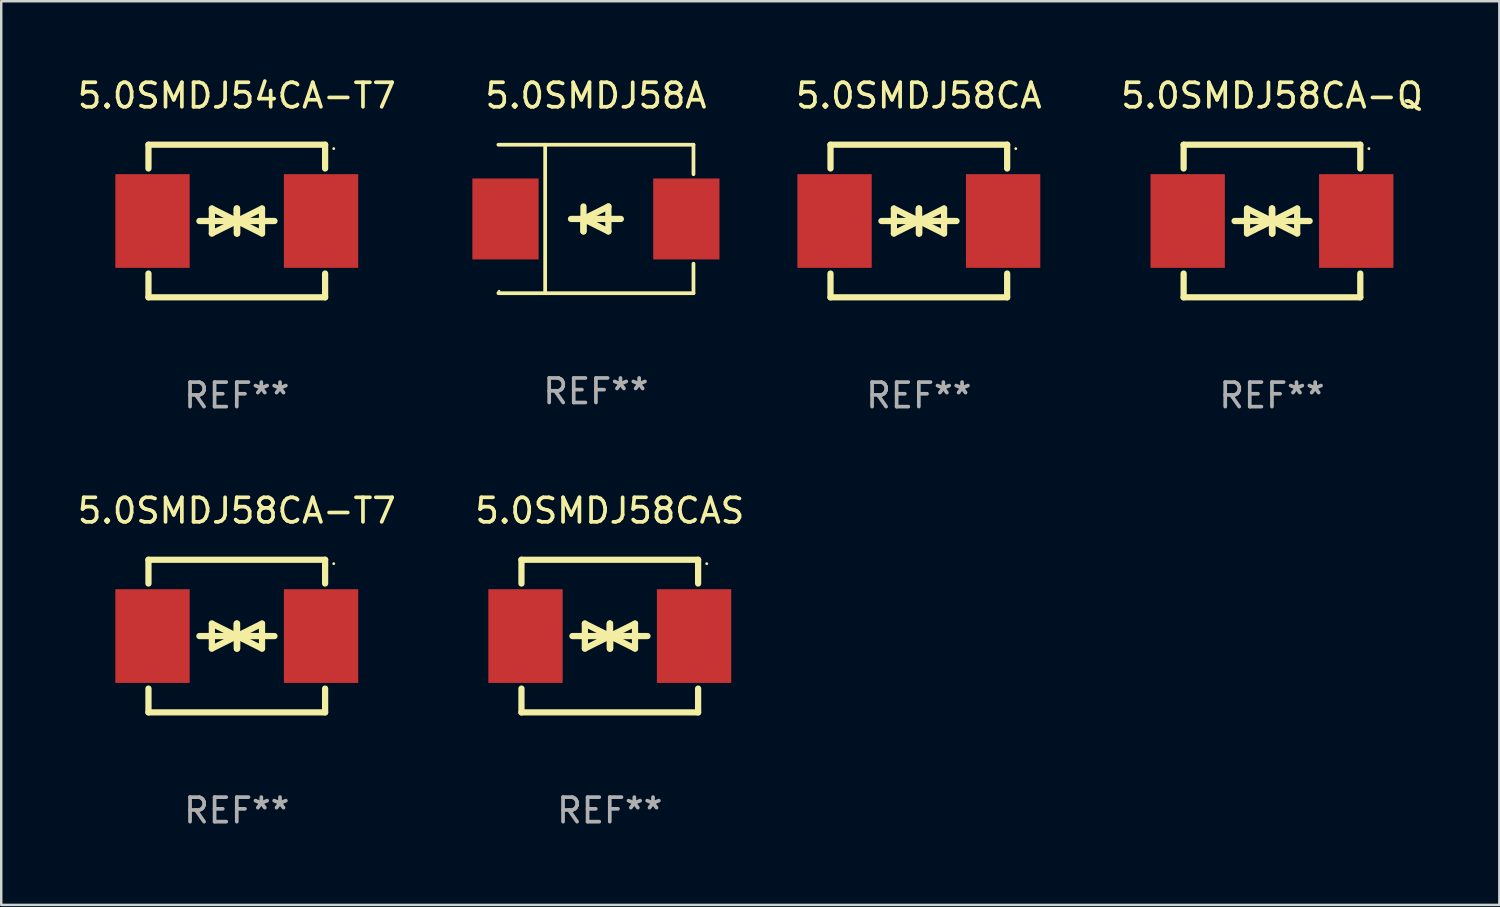
<source format=kicad_pcb>
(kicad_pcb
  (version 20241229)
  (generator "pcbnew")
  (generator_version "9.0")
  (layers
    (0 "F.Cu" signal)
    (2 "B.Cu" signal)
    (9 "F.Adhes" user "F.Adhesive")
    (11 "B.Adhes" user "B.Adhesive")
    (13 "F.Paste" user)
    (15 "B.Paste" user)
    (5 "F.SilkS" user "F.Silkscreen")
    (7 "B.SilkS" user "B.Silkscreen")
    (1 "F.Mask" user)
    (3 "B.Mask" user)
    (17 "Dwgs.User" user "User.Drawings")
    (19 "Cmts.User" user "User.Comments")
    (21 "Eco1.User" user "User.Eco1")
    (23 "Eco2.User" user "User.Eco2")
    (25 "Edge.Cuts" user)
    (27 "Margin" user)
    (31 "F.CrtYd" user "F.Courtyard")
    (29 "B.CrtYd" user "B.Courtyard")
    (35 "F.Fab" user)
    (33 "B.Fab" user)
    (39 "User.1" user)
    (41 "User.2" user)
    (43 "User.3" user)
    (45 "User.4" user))
  (footprint "5.0SMDJ58CA"
    (layer "F.Cu")
    (at 34.4 5.958)
    (property "Reference" "5.0SMDJ58CA" (at 0 -5.11 0) (layer "F.SilkS") (effects (font (size 1 1) (thickness 0.15))))
    (attr through_hole)
    (fp_line (start -3.6 -2.141) (end -3.6 -3.11) (stroke (width 0.254) (type solid)) (layer "F.SilkS"))
    (fp_line (start -3.6 3.11) (end -3.6 2.141) (stroke (width 0.254) (type solid)) (layer "F.SilkS"))
    (fp_line (start -1.524 0) (end 0.508 0) (stroke (width 0.254) (type solid)) (layer "F.SilkS"))
    (fp_line (start -1.016 -0.508) (end -1.016 0.508) (stroke (width 0.254) (type solid)) (layer "F.SilkS"))
    (fp_line (start -1.016 0.508) (end 0 0) (stroke (width 0.254) (type solid)) (layer "F.SilkS"))
    (fp_line (start 0 -0.508) (end 0 0.508) (stroke (width 0.254) (type solid)) (layer "F.SilkS"))
    (fp_line (start 0 0) (end -1.016 -0.508) (stroke (width 0.254) (type solid)) (layer "F.SilkS"))
    (fp_line (start 0 0) (end 0 -0.508) (stroke (width 0.254) (type solid)) (layer "F.SilkS"))
    (fp_line (start 0.012 0) (end 0.012 0.508) (stroke (width 0.254) (type solid)) (layer "F.SilkS"))
    (fp_line (start 0.012 0) (end 1.028 0.508) (stroke (width 0.254) (type solid)) (layer "F.SilkS"))
    (fp_line (start 0.012 0.508) (end 0.012 -0.508) (stroke (width 0.254) (type solid)) (layer "F.SilkS"))
    (fp_line (start 1.028 -0.508) (end 0.012 0) (stroke (width 0.254) (type solid)) (layer "F.SilkS"))
    (fp_line (start 1.028 0.508) (end 1.028 -0.508) (stroke (width 0.254) (type solid)) (layer "F.SilkS"))
    (fp_line (start 1.536 0) (end -0.496 0) (stroke (width 0.254) (type solid)) (layer "F.SilkS"))
    (fp_line (start 3.6 -3.11) (end -3.6 -3.11) (stroke (width 0.254) (type solid)) (layer "F.SilkS"))
    (fp_line (start 3.6 -2.141) (end 3.6 -3.11) (stroke (width 0.254) (type solid)) (layer "F.SilkS"))
    (fp_line (start 3.6 3.11) (end -3.6 3.11) (stroke (width 0.254) (type solid)) (layer "F.SilkS"))
    (fp_line (start 3.6 3.11) (end 3.6 2.141) (stroke (width 0.254) (type solid)) (layer "F.SilkS"))
    (fp_circle (center 3.952 -2.95) (end 3.982 -2.95) (stroke (width 0.06) (type solid)) (fill no) (layer "F.SilkS"))
    (fp_text user "REF**" (at 0 7.11 0) (layer "F.Fab") (effects (font (size 1 1) (thickness 0.15))))
    (pad "1" smd rect (at 3.435 0) (size 3.03 3.82) (layers "F.Cu" "F.Mask" "F.Paste"))
    (pad "2" smd rect (at -3.435 0) (size 3.03 3.82) (layers "F.Cu" "F.Mask" "F.Paste")))
  (footprint "5.0SMDJ54CA-T7"
    (layer "F.Cu")
    (at 6.601 5.958)
    (property "Reference" "5.0SMDJ54CA-T7" (at 0 -5.11 0) (layer "F.SilkS") (effects (font (size 1 1) (thickness 0.15))))
    (attr through_hole)
    (fp_line (start -3.6 -2.141) (end -3.6 -3.11) (stroke (width 0.254) (type solid)) (layer "F.SilkS"))
    (fp_line (start -3.6 3.11) (end -3.6 2.141) (stroke (width 0.254) (type solid)) (layer "F.SilkS"))
    (fp_line (start -1.524 0) (end 0.508 0) (stroke (width 0.254) (type solid)) (layer "F.SilkS"))
    (fp_line (start -1.016 -0.508) (end -1.016 0.508) (stroke (width 0.254) (type solid)) (layer "F.SilkS"))
    (fp_line (start -1.016 0.508) (end 0 0) (stroke (width 0.254) (type solid)) (layer "F.SilkS"))
    (fp_line (start 0 -0.508) (end 0 0.508) (stroke (width 0.254) (type solid)) (layer "F.SilkS"))
    (fp_line (start 0 0) (end -1.016 -0.508) (stroke (width 0.254) (type solid)) (layer "F.SilkS"))
    (fp_line (start 0 0) (end 0 -0.508) (stroke (width 0.254) (type solid)) (layer "F.SilkS"))
    (fp_line (start 0.012 0) (end 0.012 0.508) (stroke (width 0.254) (type solid)) (layer "F.SilkS"))
    (fp_line (start 0.012 0) (end 1.028 0.508) (stroke (width 0.254) (type solid)) (layer "F.SilkS"))
    (fp_line (start 0.012 0.508) (end 0.012 -0.508) (stroke (width 0.254) (type solid)) (layer "F.SilkS"))
    (fp_line (start 1.028 -0.508) (end 0.012 0) (stroke (width 0.254) (type solid)) (layer "F.SilkS"))
    (fp_line (start 1.028 0.508) (end 1.028 -0.508) (stroke (width 0.254) (type solid)) (layer "F.SilkS"))
    (fp_line (start 1.536 0) (end -0.496 0) (stroke (width 0.254) (type solid)) (layer "F.SilkS"))
    (fp_line (start 3.6 -3.11) (end -3.6 -3.11) (stroke (width 0.254) (type solid)) (layer "F.SilkS"))
    (fp_line (start 3.6 -2.141) (end 3.6 -3.11) (stroke (width 0.254) (type solid)) (layer "F.SilkS"))
    (fp_line (start 3.6 3.11) (end -3.6 3.11) (stroke (width 0.254) (type solid)) (layer "F.SilkS"))
    (fp_line (start 3.6 3.11) (end 3.6 2.141) (stroke (width 0.254) (type solid)) (layer "F.SilkS"))
    (fp_circle (center 3.952 -2.95) (end 3.982 -2.95) (stroke (width 0.06) (type solid)) (fill no) (layer "F.SilkS"))
    (fp_text user "REF**" (at 0 7.11 0) (layer "F.Fab") (effects (font (size 1 1) (thickness 0.15))))
    (pad "1" smd rect (at 3.435 0) (size 3.03 3.82) (layers "F.Cu" "F.Mask" "F.Paste"))
    (pad "2" smd rect (at -3.435 0) (size 3.03 3.82) (layers "F.Cu" "F.Mask" "F.Paste")))
  (footprint "5.0SMDJ58A"
    (layer "F.Cu")
    (at 21.239 5.874)
    (property "Reference" "5.0SMDJ58A" (at 0 -5.026 0) (layer "F.SilkS") (effects (font (size 1 1) (thickness 0.15))))
    (attr through_hole)
    (fp_line (start -3.976 -3.026) (end 3.976 -3.026) (stroke (width 0.152) (type solid)) (layer "F.SilkS"))
    (fp_line (start -3.976 3.026) (end 3.976 3.026) (stroke (width 0.152) (type solid)) (layer "F.SilkS"))
    (fp_line (start -2.069 -3.026) (end -2.069 3.026) (stroke (width 0.152) (type solid)) (layer "F.SilkS"))
    (fp_line (start -0.508 0) (end -0.508 0.508) (stroke (width 0.254) (type solid)) (layer "F.SilkS"))
    (fp_line (start -0.508 0) (end 0.508 0.508) (stroke (width 0.254) (type solid)) (layer "F.SilkS"))
    (fp_line (start -0.508 0.508) (end -0.508 -0.508) (stroke (width 0.254) (type solid)) (layer "F.SilkS"))
    (fp_line (start 0.508 -0.508) (end -0.508 0) (stroke (width 0.254) (type solid)) (layer "F.SilkS"))
    (fp_line (start 0.508 0.508) (end 0.508 -0.508) (stroke (width 0.254) (type solid)) (layer "F.SilkS"))
    (fp_line (start 1.016 0) (end -1.016 0) (stroke (width 0.254) (type solid)) (layer "F.SilkS"))
    (fp_line (start 3.976 -3.026) (end 3.976 -1.823) (stroke (width 0.152) (type solid)) (layer "F.SilkS"))
    (fp_line (start 3.976 3.026) (end 3.976 1.823) (stroke (width 0.152) (type solid)) (layer "F.SilkS"))
    (fp_circle (center -3.95 2.95) (end -3.92 2.95) (stroke (width 0.06) (type solid)) (fill no) (layer "F.SilkS"))
    (fp_text user "REF**" (at 0 7.026 0) (layer "F.Fab") (effects (font (size 1 1) (thickness 0.15))))
    (pad "1" smd rect (at -3.686 0) (size 2.7 3.3) (layers "F.Cu" "F.Mask" "F.Paste"))
    (pad "2" smd rect (at 3.686 0) (size 2.7 3.3) (layers "F.Cu" "F.Mask" "F.Paste")))
  (footprint "5.0SMDJ58CA-Q"
    (layer "F.Cu")
    (at 48.793 5.958)
    (property "Reference" "5.0SMDJ58CA-Q" (at 0 -5.11 0) (layer "F.SilkS") (effects (font (size 1 1) (thickness 0.15))))
    (attr through_hole)
    (fp_line (start -3.6 -2.141) (end -3.6 -3.11) (stroke (width 0.254) (type solid)) (layer "F.SilkS"))
    (fp_line (start -3.6 3.11) (end -3.6 2.141) (stroke (width 0.254) (type solid)) (layer "F.SilkS"))
    (fp_line (start -1.524 0) (end 0.508 0) (stroke (width 0.254) (type solid)) (layer "F.SilkS"))
    (fp_line (start -1.016 -0.508) (end -1.016 0.508) (stroke (width 0.254) (type solid)) (layer "F.SilkS"))
    (fp_line (start -1.016 0.508) (end 0 0) (stroke (width 0.254) (type solid)) (layer "F.SilkS"))
    (fp_line (start 0 -0.508) (end 0 0.508) (stroke (width 0.254) (type solid)) (layer "F.SilkS"))
    (fp_line (start 0 0) (end -1.016 -0.508) (stroke (width 0.254) (type solid)) (layer "F.SilkS"))
    (fp_line (start 0 0) (end 0 -0.508) (stroke (width 0.254) (type solid)) (layer "F.SilkS"))
    (fp_line (start 0.012 0) (end 0.012 0.508) (stroke (width 0.254) (type solid)) (layer "F.SilkS"))
    (fp_line (start 0.012 0) (end 1.028 0.508) (stroke (width 0.254) (type solid)) (layer "F.SilkS"))
    (fp_line (start 0.012 0.508) (end 0.012 -0.508) (stroke (width 0.254) (type solid)) (layer "F.SilkS"))
    (fp_line (start 1.028 -0.508) (end 0.012 0) (stroke (width 0.254) (type solid)) (layer "F.SilkS"))
    (fp_line (start 1.028 0.508) (end 1.028 -0.508) (stroke (width 0.254) (type solid)) (layer "F.SilkS"))
    (fp_line (start 1.536 0) (end -0.496 0) (stroke (width 0.254) (type solid)) (layer "F.SilkS"))
    (fp_line (start 3.6 -3.11) (end -3.6 -3.11) (stroke (width 0.254) (type solid)) (layer "F.SilkS"))
    (fp_line (start 3.6 -2.141) (end 3.6 -3.11) (stroke (width 0.254) (type solid)) (layer "F.SilkS"))
    (fp_line (start 3.6 3.11) (end -3.6 3.11) (stroke (width 0.254) (type solid)) (layer "F.SilkS"))
    (fp_line (start 3.6 3.11) (end 3.6 2.141) (stroke (width 0.254) (type solid)) (layer "F.SilkS"))
    (fp_circle (center 3.952 -2.95) (end 3.982 -2.95) (stroke (width 0.06) (type solid)) (fill no) (layer "F.SilkS"))
    (fp_text user "REF**" (at 0 7.11 0) (layer "F.Fab") (effects (font (size 1 1) (thickness 0.15))))
    (pad "1" smd rect (at 3.435 0) (size 3.03 3.82) (layers "F.Cu" "F.Mask" "F.Paste"))
    (pad "2" smd rect (at -3.435 0) (size 3.03 3.82) (layers "F.Cu" "F.Mask" "F.Paste")))
  (footprint "5.0SMDJ58CAS"
    (layer "F.Cu")
    (at 21.804 22.875)
    (property "Reference" "5.0SMDJ58CAS" (at 0 -5.11 0) (layer "F.SilkS") (effects (font (size 1 1) (thickness 0.15))))
    (attr through_hole)
    (fp_line (start -3.6 -2.141) (end -3.6 -3.11) (stroke (width 0.254) (type solid)) (layer "F.SilkS"))
    (fp_line (start -3.6 3.11) (end -3.6 2.141) (stroke (width 0.254) (type solid)) (layer "F.SilkS"))
    (fp_line (start -1.524 0) (end 0.508 0) (stroke (width 0.254) (type solid)) (layer "F.SilkS"))
    (fp_line (start -1.016 -0.508) (end -1.016 0.508) (stroke (width 0.254) (type solid)) (layer "F.SilkS"))
    (fp_line (start -1.016 0.508) (end 0 0) (stroke (width 0.254) (type solid)) (layer "F.SilkS"))
    (fp_line (start 0 -0.508) (end 0 0.508) (stroke (width 0.254) (type solid)) (layer "F.SilkS"))
    (fp_line (start 0 0) (end -1.016 -0.508) (stroke (width 0.254) (type solid)) (layer "F.SilkS"))
    (fp_line (start 0 0) (end 0 -0.508) (stroke (width 0.254) (type solid)) (layer "F.SilkS"))
    (fp_line (start 0.012 0) (end 0.012 0.508) (stroke (width 0.254) (type solid)) (layer "F.SilkS"))
    (fp_line (start 0.012 0) (end 1.028 0.508) (stroke (width 0.254) (type solid)) (layer "F.SilkS"))
    (fp_line (start 0.012 0.508) (end 0.012 -0.508) (stroke (width 0.254) (type solid)) (layer "F.SilkS"))
    (fp_line (start 1.028 -0.508) (end 0.012 0) (stroke (width 0.254) (type solid)) (layer "F.SilkS"))
    (fp_line (start 1.028 0.508) (end 1.028 -0.508) (stroke (width 0.254) (type solid)) (layer "F.SilkS"))
    (fp_line (start 1.536 0) (end -0.496 0) (stroke (width 0.254) (type solid)) (layer "F.SilkS"))
    (fp_line (start 3.6 -3.11) (end -3.6 -3.11) (stroke (width 0.254) (type solid)) (layer "F.SilkS"))
    (fp_line (start 3.6 -2.141) (end 3.6 -3.11) (stroke (width 0.254) (type solid)) (layer "F.SilkS"))
    (fp_line (start 3.6 3.11) (end -3.6 3.11) (stroke (width 0.254) (type solid)) (layer "F.SilkS"))
    (fp_line (start 3.6 3.11) (end 3.6 2.141) (stroke (width 0.254) (type solid)) (layer "F.SilkS"))
    (fp_circle (center 3.952 -2.95) (end 3.982 -2.95) (stroke (width 0.06) (type solid)) (fill no) (layer "F.SilkS"))
    (fp_text user "REF**" (at 0 7.11 0) (layer "F.Fab") (effects (font (size 1 1) (thickness 0.15))))
    (pad "1" smd rect (at 3.435 0) (size 3.03 3.82) (layers "F.Cu" "F.Mask" "F.Paste"))
    (pad "2" smd rect (at -3.435 0) (size 3.03 3.82) (layers "F.Cu" "F.Mask" "F.Paste")))
  (footprint "5.0SMDJ58CA-T7"
    (layer "F.Cu")
    (at 6.601 22.875)
    (property "Reference" "5.0SMDJ58CA-T7" (at 0 -5.11 0) (layer "F.SilkS") (effects (font (size 1 1) (thickness 0.15))))
    (attr through_hole)
    (fp_line (start -3.6 -2.141) (end -3.6 -3.11) (stroke (width 0.254) (type solid)) (layer "F.SilkS"))
    (fp_line (start -3.6 3.11) (end -3.6 2.141) (stroke (width 0.254) (type solid)) (layer "F.SilkS"))
    (fp_line (start -1.524 0) (end 0.508 0) (stroke (width 0.254) (type solid)) (layer "F.SilkS"))
    (fp_line (start -1.016 -0.508) (end -1.016 0.508) (stroke (width 0.254) (type solid)) (layer "F.SilkS"))
    (fp_line (start -1.016 0.508) (end 0 0) (stroke (width 0.254) (type solid)) (layer "F.SilkS"))
    (fp_line (start 0 -0.508) (end 0 0.508) (stroke (width 0.254) (type solid)) (layer "F.SilkS"))
    (fp_line (start 0 0) (end -1.016 -0.508) (stroke (width 0.254) (type solid)) (layer "F.SilkS"))
    (fp_line (start 0 0) (end 0 -0.508) (stroke (width 0.254) (type solid)) (layer "F.SilkS"))
    (fp_line (start 0.012 0) (end 0.012 0.508) (stroke (width 0.254) (type solid)) (layer "F.SilkS"))
    (fp_line (start 0.012 0) (end 1.028 0.508) (stroke (width 0.254) (type solid)) (layer "F.SilkS"))
    (fp_line (start 0.012 0.508) (end 0.012 -0.508) (stroke (width 0.254) (type solid)) (layer "F.SilkS"))
    (fp_line (start 1.028 -0.508) (end 0.012 0) (stroke (width 0.254) (type solid)) (layer "F.SilkS"))
    (fp_line (start 1.028 0.508) (end 1.028 -0.508) (stroke (width 0.254) (type solid)) (layer "F.SilkS"))
    (fp_line (start 1.536 0) (end -0.496 0) (stroke (width 0.254) (type solid)) (layer "F.SilkS"))
    (fp_line (start 3.6 -3.11) (end -3.6 -3.11) (stroke (width 0.254) (type solid)) (layer "F.SilkS"))
    (fp_line (start 3.6 -2.141) (end 3.6 -3.11) (stroke (width 0.254) (type solid)) (layer "F.SilkS"))
    (fp_line (start 3.6 3.11) (end -3.6 3.11) (stroke (width 0.254) (type solid)) (layer "F.SilkS"))
    (fp_line (start 3.6 3.11) (end 3.6 2.141) (stroke (width 0.254) (type solid)) (layer "F.SilkS"))
    (fp_circle (center 3.952 -2.95) (end 3.982 -2.95) (stroke (width 0.06) (type solid)) (fill no) (layer "F.SilkS"))
    (fp_text user "REF**" (at 0 7.11 0) (layer "F.Fab") (effects (font (size 1 1) (thickness 0.15))))
    (pad "1" smd rect (at 3.435 0) (size 3.03 3.82) (layers "F.Cu" "F.Mask" "F.Paste"))
    (pad "2" smd rect (at -3.435 0) (size 3.03 3.82) (layers "F.Cu" "F.Mask" "F.Paste")))
  (gr_rect
    (start -3 -3)
    (end 58.061 33.833)
    (stroke (width 0.1) (type default))
    (fill no)
    (layer "Edge.Cuts")))
</source>
